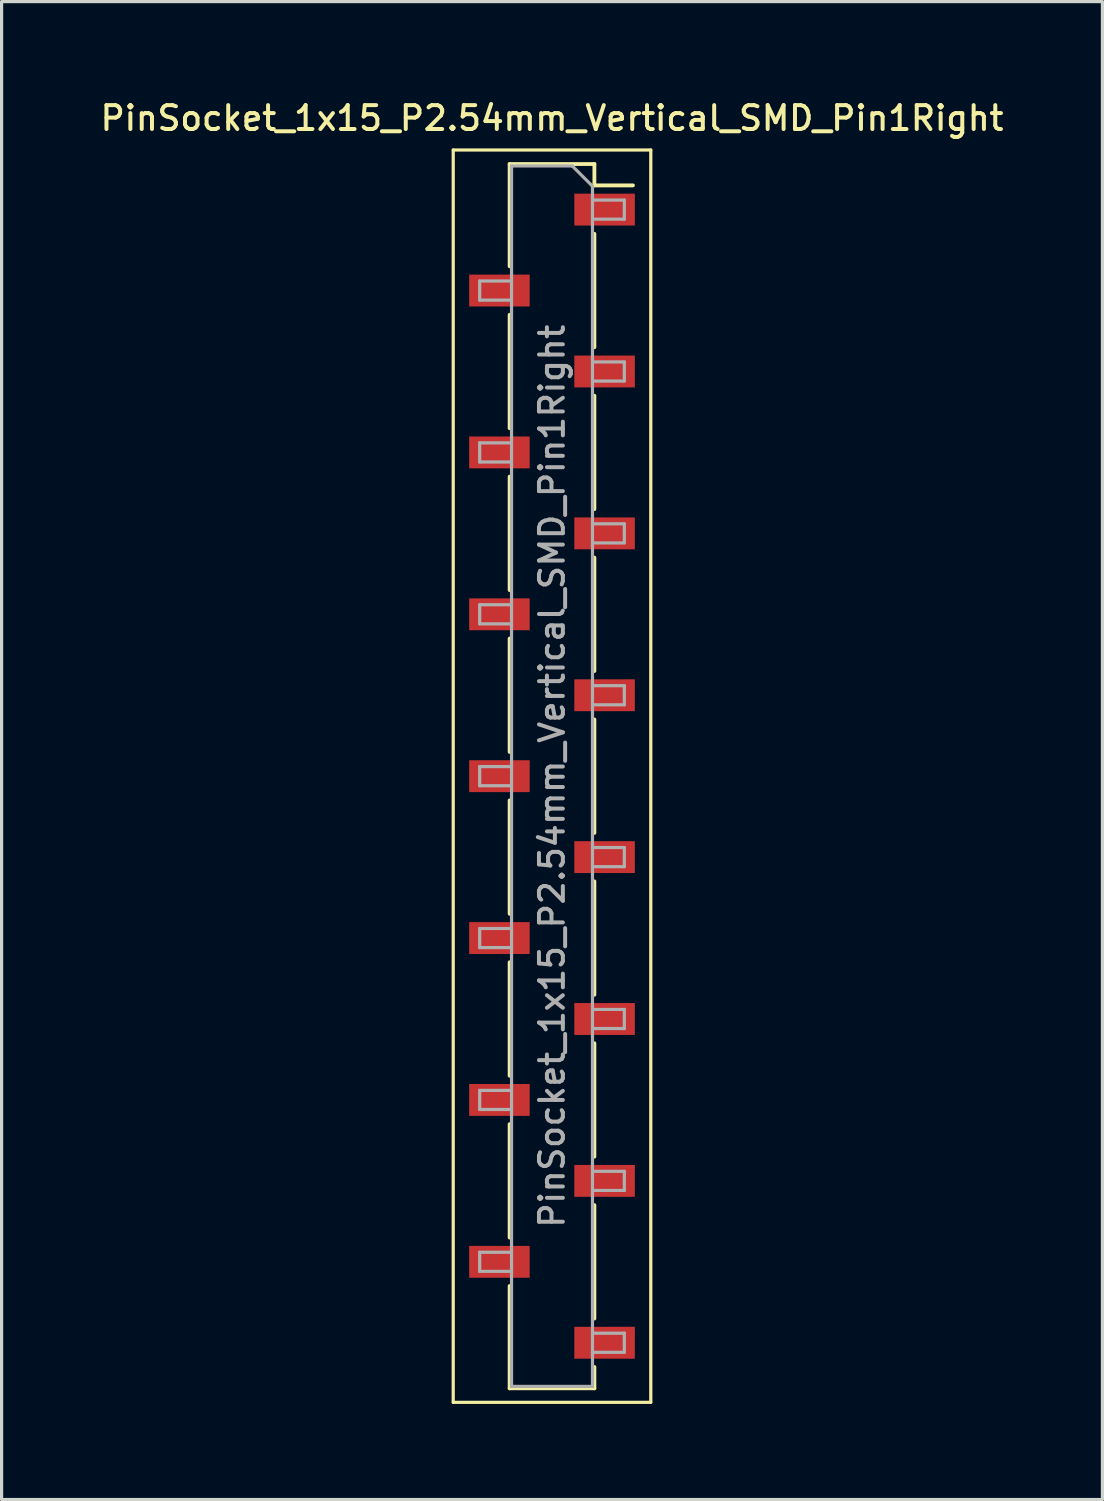
<source format=kicad_pcb>
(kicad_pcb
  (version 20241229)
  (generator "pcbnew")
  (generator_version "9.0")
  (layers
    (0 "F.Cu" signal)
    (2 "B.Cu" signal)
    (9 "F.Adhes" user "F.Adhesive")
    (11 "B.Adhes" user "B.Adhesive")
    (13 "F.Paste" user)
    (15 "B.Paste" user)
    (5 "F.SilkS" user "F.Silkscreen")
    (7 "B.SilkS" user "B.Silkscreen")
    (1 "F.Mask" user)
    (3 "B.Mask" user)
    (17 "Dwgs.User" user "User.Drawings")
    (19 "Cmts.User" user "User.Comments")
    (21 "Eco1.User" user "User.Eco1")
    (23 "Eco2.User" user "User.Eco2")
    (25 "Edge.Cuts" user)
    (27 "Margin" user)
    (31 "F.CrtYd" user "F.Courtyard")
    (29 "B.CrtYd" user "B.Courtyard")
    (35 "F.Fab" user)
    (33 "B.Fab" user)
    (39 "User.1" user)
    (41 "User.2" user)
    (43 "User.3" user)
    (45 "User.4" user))
  (footprint "PinSocket_1x15_P2.54mm_Vertical_SMD_Pin1Right"
    (layer "F.Cu")
    (at 14.273 21.308)
    (property "Reference" "PinSocket_1x15_P2.54mm_Vertical_SMD_Pin1Right" (at 0 -20.65 0) (layer "F.SilkS") (effects (font (size 0.75 0.75) (thickness 0.125))))
    (attr smd)
    (fp_line (start -3.1 -19.65) (end 3.1 -19.65) (stroke (width 0.1) (type solid)) (layer "F.SilkS"))
    (fp_line (start -3.1 19.65) (end -3.1 -19.65) (stroke (width 0.1) (type solid)) (layer "F.SilkS"))
    (fp_line (start -1.33 -19.21) (end -1.33 -16) (stroke (width 0.12) (type solid)) (layer "F.SilkS"))
    (fp_line (start -1.33 -19.21) (end 1.33 -19.21) (stroke (width 0.12) (type solid)) (layer "F.SilkS"))
    (fp_line (start -1.33 -14.48) (end -1.33 -10.92) (stroke (width 0.12) (type solid)) (layer "F.SilkS"))
    (fp_line (start -1.33 -9.4) (end -1.33 -5.84) (stroke (width 0.12) (type solid)) (layer "F.SilkS"))
    (fp_line (start -1.33 -4.32) (end -1.33 -0.76) (stroke (width 0.12) (type solid)) (layer "F.SilkS"))
    (fp_line (start -1.33 0.76) (end -1.33 4.32) (stroke (width 0.12) (type solid)) (layer "F.SilkS"))
    (fp_line (start -1.33 5.84) (end -1.33 9.4) (stroke (width 0.12) (type solid)) (layer "F.SilkS"))
    (fp_line (start -1.33 10.92) (end -1.33 14.48) (stroke (width 0.12) (type solid)) (layer "F.SilkS"))
    (fp_line (start -1.33 16) (end -1.33 19.21) (stroke (width 0.12) (type solid)) (layer "F.SilkS"))
    (fp_line (start -1.33 19.21) (end 1.33 19.21) (stroke (width 0.12) (type solid)) (layer "F.SilkS"))
    (fp_line (start 1.33 -19.21) (end 1.33 -18.54) (stroke (width 0.12) (type solid)) (layer "F.SilkS"))
    (fp_line (start 1.33 -18.54) (end 2.54 -18.54) (stroke (width 0.12) (type solid)) (layer "F.SilkS"))
    (fp_line (start 1.33 -17.02) (end 1.33 -13.46) (stroke (width 0.12) (type solid)) (layer "F.SilkS"))
    (fp_line (start 1.33 -11.94) (end 1.33 -8.38) (stroke (width 0.12) (type solid)) (layer "F.SilkS"))
    (fp_line (start 1.33 -6.86) (end 1.33 -3.3) (stroke (width 0.12) (type solid)) (layer "F.SilkS"))
    (fp_line (start 1.33 -1.78) (end 1.33 1.78) (stroke (width 0.12) (type solid)) (layer "F.SilkS"))
    (fp_line (start 1.33 3.3) (end 1.33 6.86) (stroke (width 0.12) (type solid)) (layer "F.SilkS"))
    (fp_line (start 1.33 8.38) (end 1.33 11.94) (stroke (width 0.12) (type solid)) (layer "F.SilkS"))
    (fp_line (start 1.33 13.46) (end 1.33 17.02) (stroke (width 0.12) (type solid)) (layer "F.SilkS"))
    (fp_line (start 1.33 18.54) (end 1.33 19.21) (stroke (width 0.12) (type solid)) (layer "F.SilkS"))
    (fp_line (start 3.1 -19.65) (end 3.1 19.65) (stroke (width 0.1) (type solid)) (layer "F.SilkS"))
    (fp_line (start 3.1 19.65) (end -3.1 19.65) (stroke (width 0.1) (type solid)) (layer "F.SilkS"))
    (fp_line (start -2.27 -15.54) (end -1.27 -15.54) (stroke (width 0.1) (type solid)) (layer "F.Fab"))
    (fp_line (start -2.27 -14.94) (end -2.27 -15.54) (stroke (width 0.1) (type solid)) (layer "F.Fab"))
    (fp_line (start -2.27 -10.46) (end -1.27 -10.46) (stroke (width 0.1) (type solid)) (layer "F.Fab"))
    (fp_line (start -2.27 -9.86) (end -2.27 -10.46) (stroke (width 0.1) (type solid)) (layer "F.Fab"))
    (fp_line (start -2.27 -5.38) (end -1.27 -5.38) (stroke (width 0.1) (type solid)) (layer "F.Fab"))
    (fp_line (start -2.27 -4.78) (end -2.27 -5.38) (stroke (width 0.1) (type solid)) (layer "F.Fab"))
    (fp_line (start -2.27 -0.3) (end -1.27 -0.3) (stroke (width 0.1) (type solid)) (layer "F.Fab"))
    (fp_line (start -2.27 0.3) (end -2.27 -0.3) (stroke (width 0.1) (type solid)) (layer "F.Fab"))
    (fp_line (start -2.27 4.78) (end -1.27 4.78) (stroke (width 0.1) (type solid)) (layer "F.Fab"))
    (fp_line (start -2.27 5.38) (end -2.27 4.78) (stroke (width 0.1) (type solid)) (layer "F.Fab"))
    (fp_line (start -2.27 9.86) (end -1.27 9.86) (stroke (width 0.1) (type solid)) (layer "F.Fab"))
    (fp_line (start -2.27 10.46) (end -2.27 9.86) (stroke (width 0.1) (type solid)) (layer "F.Fab"))
    (fp_line (start -2.27 14.94) (end -1.27 14.94) (stroke (width 0.1) (type solid)) (layer "F.Fab"))
    (fp_line (start -2.27 15.54) (end -2.27 14.94) (stroke (width 0.1) (type solid)) (layer "F.Fab"))
    (fp_line (start -1.27 -19.15) (end 0.635 -19.15) (stroke (width 0.1) (type solid)) (layer "F.Fab"))
    (fp_line (start -1.27 -14.94) (end -2.27 -14.94) (stroke (width 0.1) (type solid)) (layer "F.Fab"))
    (fp_line (start -1.27 -9.86) (end -2.27 -9.86) (stroke (width 0.1) (type solid)) (layer "F.Fab"))
    (fp_line (start -1.27 -4.78) (end -2.27 -4.78) (stroke (width 0.1) (type solid)) (layer "F.Fab"))
    (fp_line (start -1.27 0.3) (end -2.27 0.3) (stroke (width 0.1) (type solid)) (layer "F.Fab"))
    (fp_line (start -1.27 5.38) (end -2.27 5.38) (stroke (width 0.1) (type solid)) (layer "F.Fab"))
    (fp_line (start -1.27 10.46) (end -2.27 10.46) (stroke (width 0.1) (type solid)) (layer "F.Fab"))
    (fp_line (start -1.27 15.54) (end -2.27 15.54) (stroke (width 0.1) (type solid)) (layer "F.Fab"))
    (fp_line (start -1.27 19.15) (end -1.27 -19.15) (stroke (width 0.1) (type solid)) (layer "F.Fab"))
    (fp_line (start 0.635 -19.15) (end 1.27 -18.515) (stroke (width 0.1) (type solid)) (layer "F.Fab"))
    (fp_line (start 1.27 -18.515) (end 1.27 19.15) (stroke (width 0.1) (type solid)) (layer "F.Fab"))
    (fp_line (start 1.27 -18.08) (end 2.27 -18.08) (stroke (width 0.1) (type solid)) (layer "F.Fab"))
    (fp_line (start 1.27 -13) (end 2.27 -13) (stroke (width 0.1) (type solid)) (layer "F.Fab"))
    (fp_line (start 1.27 -7.92) (end 2.27 -7.92) (stroke (width 0.1) (type solid)) (layer "F.Fab"))
    (fp_line (start 1.27 -2.84) (end 2.27 -2.84) (stroke (width 0.1) (type solid)) (layer "F.Fab"))
    (fp_line (start 1.27 2.24) (end 2.27 2.24) (stroke (width 0.1) (type solid)) (layer "F.Fab"))
    (fp_line (start 1.27 7.32) (end 2.27 7.32) (stroke (width 0.1) (type solid)) (layer "F.Fab"))
    (fp_line (start 1.27 12.4) (end 2.27 12.4) (stroke (width 0.1) (type solid)) (layer "F.Fab"))
    (fp_line (start 1.27 17.48) (end 2.27 17.48) (stroke (width 0.1) (type solid)) (layer "F.Fab"))
    (fp_line (start 1.27 19.15) (end -1.27 19.15) (stroke (width 0.1) (type solid)) (layer "F.Fab"))
    (fp_line (start 2.27 -18.08) (end 2.27 -17.48) (stroke (width 0.1) (type solid)) (layer "F.Fab"))
    (fp_line (start 2.27 -17.48) (end 1.27 -17.48) (stroke (width 0.1) (type solid)) (layer "F.Fab"))
    (fp_line (start 2.27 -13) (end 2.27 -12.4) (stroke (width 0.1) (type solid)) (layer "F.Fab"))
    (fp_line (start 2.27 -12.4) (end 1.27 -12.4) (stroke (width 0.1) (type solid)) (layer "F.Fab"))
    (fp_line (start 2.27 -7.92) (end 2.27 -7.32) (stroke (width 0.1) (type solid)) (layer "F.Fab"))
    (fp_line (start 2.27 -7.32) (end 1.27 -7.32) (stroke (width 0.1) (type solid)) (layer "F.Fab"))
    (fp_line (start 2.27 -2.84) (end 2.27 -2.24) (stroke (width 0.1) (type solid)) (layer "F.Fab"))
    (fp_line (start 2.27 -2.24) (end 1.27 -2.24) (stroke (width 0.1) (type solid)) (layer "F.Fab"))
    (fp_line (start 2.27 2.24) (end 2.27 2.84) (stroke (width 0.1) (type solid)) (layer "F.Fab"))
    (fp_line (start 2.27 2.84) (end 1.27 2.84) (stroke (width 0.1) (type solid)) (layer "F.Fab"))
    (fp_line (start 2.27 7.32) (end 2.27 7.92) (stroke (width 0.1) (type solid)) (layer "F.Fab"))
    (fp_line (start 2.27 7.92) (end 1.27 7.92) (stroke (width 0.1) (type solid)) (layer "F.Fab"))
    (fp_line (start 2.27 12.4) (end 2.27 13) (stroke (width 0.1) (type solid)) (layer "F.Fab"))
    (fp_line (start 2.27 13) (end 1.27 13) (stroke (width 0.1) (type solid)) (layer "F.Fab"))
    (fp_line (start 2.27 17.48) (end 2.27 18.08) (stroke (width 0.1) (type solid)) (layer "F.Fab"))
    (fp_line (start 2.27 18.08) (end 1.27 18.08) (stroke (width 0.1) (type solid)) (layer "F.Fab"))
    (fp_text user "${REFERENCE}" (at 0 0 90) (layer "F.Fab") (effects (font (size 0.75 0.75) (thickness 0.125))))
    (pad "1" smd rect (at 1.65 -17.78) (size 1.9 1) (layers "F.Cu" "F.Mask" "F.Paste"))
    (pad "2" smd rect (at -1.65 -15.24) (size 1.9 1) (layers "F.Cu" "F.Mask" "F.Paste"))
    (pad "3" smd rect (at 1.65 -12.7) (size 1.9 1) (layers "F.Cu" "F.Mask" "F.Paste"))
    (pad "4" smd rect (at -1.65 -10.16) (size 1.9 1) (layers "F.Cu" "F.Mask" "F.Paste"))
    (pad "5" smd rect (at 1.65 -7.62) (size 1.9 1) (layers "F.Cu" "F.Mask" "F.Paste"))
    (pad "6" smd rect (at -1.65 -5.08) (size 1.9 1) (layers "F.Cu" "F.Mask" "F.Paste"))
    (pad "7" smd rect (at 1.65 -2.54) (size 1.9 1) (layers "F.Cu" "F.Mask" "F.Paste"))
    (pad "8" smd rect (at -1.65 0) (size 1.9 1) (layers "F.Cu" "F.Mask" "F.Paste"))
    (pad "9" smd rect (at 1.65 2.54) (size 1.9 1) (layers "F.Cu" "F.Mask" "F.Paste"))
    (pad "10" smd rect (at -1.65 5.08) (size 1.9 1) (layers "F.Cu" "F.Mask" "F.Paste"))
    (pad "11" smd rect (at 1.65 7.62) (size 1.9 1) (layers "F.Cu" "F.Mask" "F.Paste"))
    (pad "12" smd rect (at -1.65 10.16) (size 1.9 1) (layers "F.Cu" "F.Mask" "F.Paste"))
    (pad "13" smd rect (at 1.65 12.7) (size 1.9 1) (layers "F.Cu" "F.Mask" "F.Paste"))
    (pad "14" smd rect (at -1.65 15.24) (size 1.9 1) (layers "F.Cu" "F.Mask" "F.Paste"))
    (pad "15" smd rect (at 1.65 17.78) (size 1.9 1) (layers "F.Cu" "F.Mask" "F.Paste")))
  (gr_rect
    (start -3 -3)
    (end 31.546 44.008)
    (stroke (width 0.1) (type default))
    (fill no)
    (layer "Edge.Cuts")))
</source>
